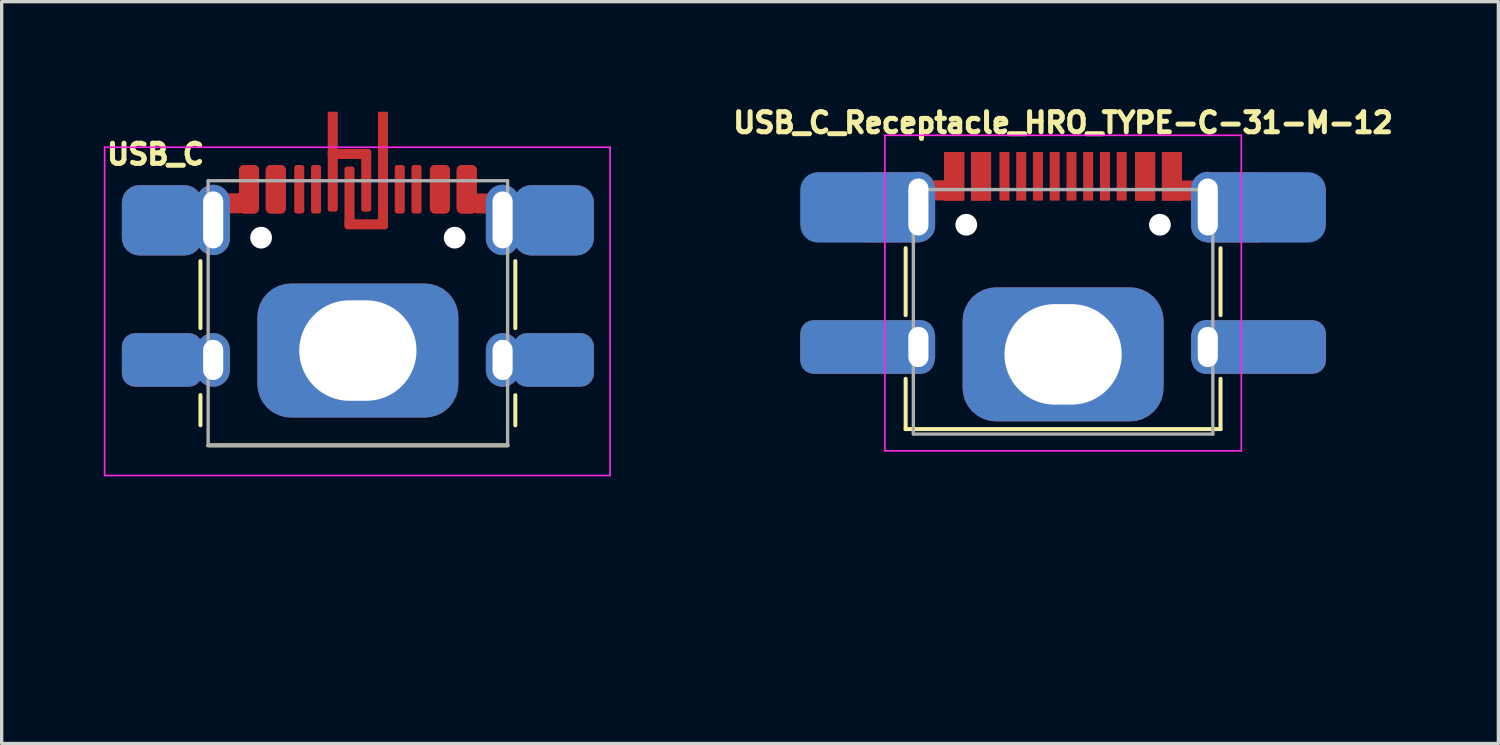
<source format=kicad_pcb>
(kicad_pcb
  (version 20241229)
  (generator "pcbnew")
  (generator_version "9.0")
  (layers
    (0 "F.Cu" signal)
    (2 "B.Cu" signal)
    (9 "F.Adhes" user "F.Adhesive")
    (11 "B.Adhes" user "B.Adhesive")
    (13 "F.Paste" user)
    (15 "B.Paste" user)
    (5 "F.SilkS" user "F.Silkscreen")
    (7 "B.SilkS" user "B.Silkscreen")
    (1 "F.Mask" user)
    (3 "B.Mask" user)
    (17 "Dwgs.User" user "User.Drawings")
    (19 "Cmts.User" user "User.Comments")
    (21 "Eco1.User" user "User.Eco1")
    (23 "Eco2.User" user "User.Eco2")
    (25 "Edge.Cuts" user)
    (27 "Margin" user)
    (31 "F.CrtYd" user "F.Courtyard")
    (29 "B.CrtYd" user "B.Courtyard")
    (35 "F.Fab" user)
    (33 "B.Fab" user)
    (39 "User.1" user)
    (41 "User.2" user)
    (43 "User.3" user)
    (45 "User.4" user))
  (footprint "USB_C"
    (layer "F.Cu")
    (at 7.634 2.6)
    (property "Reference" "USB_C" (at -6.04 -1.044 0) (layer "F.SilkS") (effects (font (size 0.6 0.6) (thickness 0.15))))
    (attr smd)
    (fp_line (start -4.7 2.145) (end -4.7 4.145) (stroke (width 0.12) (type solid)) (layer "F.SilkS"))
    (fp_line (start -4.7 6.146) (end -4.7 7.046) (stroke (width 0.12) (type solid)) (layer "F.SilkS"))
    (fp_line (start -4.47 7.646) (end 4.47 7.646) (stroke (width 0.12) (type solid)) (layer "F.SilkS"))
    (fp_line (start 4.7 2.145) (end 4.7 4.145) (stroke (width 0.12) (type solid)) (layer "F.SilkS"))
    (fp_line (start 4.7 6.146) (end 4.7 7.046) (stroke (width 0.12) (type solid)) (layer "F.SilkS"))
    (fp_line (start -7.56 -1.254) (end -7.56 8.546) (stroke (width 0.05) (type solid)) (layer "F.CrtYd"))
    (fp_line (start -7.56 -1.254) (end 7.53 -1.254) (stroke (width 0.05) (type solid)) (layer "F.CrtYd"))
    (fp_line (start 7.53 -1.254) (end 7.53 8.546) (stroke (width 0.05) (type solid)) (layer "F.CrtYd"))
    (fp_line (start 7.53 8.546) (end -7.56 8.546) (stroke (width 0.05) (type solid)) (layer "F.CrtYd"))
    (fp_line (start -4.47 -0.254) (end -4.47 7.646) (stroke (width 0.1) (type solid)) (layer "F.Fab"))
    (fp_line (start -4.47 -0.254) (end 4.47 -0.254) (stroke (width 0.1) (type solid)) (layer "F.Fab"))
    (fp_line (start -4.47 7.646) (end 4.47 7.646) (stroke (width 0.1) (type solid)) (layer "F.Fab"))
    (fp_line (start 4.47 -0.254) (end 4.47 7.646) (stroke (width 0.1) (type solid)) (layer "F.Fab"))
    (fp_line (start -7.5 7.146) (end -2.5 12.146) (stroke (width 0.12) (type solid)) (layer "User.1"))
    (fp_line (start 0 -2.54) (end 0 11.43) (stroke (width 0.12) (type solid)) (layer "User.1"))
    (fp_line (start 8 7.146) (end -7.5 7.146) (stroke (width 0.12) (type solid)) (layer "User.1"))
    (fp_text user "V 7.2" (at 0 12.7 180) (unlocked yes) (layer "User.1") (effects (font (size 1 1) (thickness 0.15))))
    (fp_text user "Board Edge" (at -4 9.646 315) (unlocked yes) (layer "User.1") (effects (font (size 0.6 0.6) (thickness 0.1))))
    (fp_text user "CL" (at 0 10.16 270) (unlocked yes) (layer "User.1") (effects (font (size 0.6 0.6) (thickness 0.1))))
    (pad "1" thru_hole circle (at -2.89 1.445) (size 0.75 0.75) (drill 0.65) (layers "*.Cu" "*.Mask") (remove_unused_layers yes) (zone_layer_connections))
    (pad "1" smd roundrect (at -2.45 0) (size 0.6 1.45) (layers "F.Cu" "F.Mask" "F.Paste") (roundrect_rratio 0.25))
    (pad "1" smd roundrect (at -2.45 0) (size 0.6 1.45) (layers "F.Cu" "F.Mask" "F.Paste") (roundrect_rratio 0.25))
    (pad "1" smd roundrect (at 2.45 0) (size 0.6 1.45) (layers "F.Cu" "F.Mask" "F.Paste") (roundrect_rratio 0.25))
    (pad "1" smd roundrect (at 2.45 0) (size 0.6 1.45) (layers "F.Cu" "F.Mask" "F.Paste") (roundrect_rratio 0.25))
    (pad "1" thru_hole circle (at 2.89 1.445) (size 0.75 0.75) (drill 0.65) (layers "*.Cu" "*.Mask") (remove_unused_layers yes) (zone_layer_connections))
    (pad "2" smd rect (at -0.75 -1.665) (size 0.3 1.298) (layers "F.Cu"))
    (pad "2" smd roundrect (at -0.75 -0.254) (size 0.3 1.85) (layers "F.Cu" "F.Mask" "F.Paste") (roundrect_rratio 0.25))
    (pad "2" smd roundrect (at -0.25 -1.054 90) (size 0.3 1.29) (layers "F.Cu") (roundrect_rratio 0.25))
    (pad "2" smd roundrect (at 0.25 -0.254) (size 0.3 1.85) (layers "F.Cu" "F.Mask" "F.Paste") (roundrect_rratio 0.25))
    (pad "3" smd roundrect (at -0.25 0.246) (size 0.3 1.85) (layers "F.Cu" "F.Mask" "F.Paste") (roundrect_rratio 0.25))
    (pad "3" smd roundrect (at 0.25 1.046 90) (size 0.3 1.29) (layers "F.Cu") (roundrect_rratio 0.25))
    (pad "3" smd rect (at 0.75 -1.44) (size 0.3 1.748) (layers "F.Cu"))
    (pad "3" smd roundrect (at 0.75 0.246) (size 0.3 1.85) (layers "F.Cu" "F.Mask" "F.Paste") (roundrect_rratio 0.25))
    (pad "4" smd roundrect (at -3.679 0.419) (size 0.6 0.6) (layers "F.Cu" "F.Paste") (roundrect_rratio 0.25))
    (pad "4" smd roundrect (at -3.25 0) (size 0.6 1.45) (layers "F.Cu" "F.Mask" "F.Paste") (roundrect_rratio 0.25))
    (pad "4" smd roundrect (at -3.25 0) (size 0.6 1.45) (layers "F.Cu" "F.Mask" "F.Paste") (roundrect_rratio 0.25))
    (pad "4" smd roundrect (at 3.25 0) (size 0.6 1.45) (layers "F.Cu" "F.Mask" "F.Paste") (roundrect_rratio 0.25))
    (pad "4" smd roundrect (at 3.25 0) (size 0.6 1.45) (layers "F.Cu" "F.Mask" "F.Paste") (roundrect_rratio 0.25))
    (pad "4" smd roundrect (at 3.707 0.425) (size 0.6 0.6) (layers "F.Cu" "F.Paste") (roundrect_rratio 0.25))
    (pad "5" smd roundrect (at -5.847 0.927) (size 2.4 2.1) (layers "F.Cu" "F.Mask" "F.Paste") (roundrect_rratio 0.25))
    (pad "5" smd roundrect (at -5.847 0.927) (size 2.4 2.1) (layers "B.Cu" "B.Mask" "B.Paste") (roundrect_rratio 0.25))
    (pad "5" smd roundrect (at -5.847 5.095) (size 2.4 1.6) (layers "F.Cu" "F.Mask" "F.Paste") (roundrect_rratio 0.25))
    (pad "5" smd roundrect (at -5.847 5.095) (size 2.4 1.6) (layers "B.Cu" "B.Mask" "B.Paste") (roundrect_rratio 0.25))
    (pad "5" thru_hole oval (at -4.32 0.915) (size 1 2.1) (drill oval 0.6 1.7) (layers "*.Cu" "*.Mask"))
    (pad "5" thru_hole oval (at -4.32 5.095) (size 1 1.6) (drill oval 0.6 1.2) (layers "*.Cu" "*.Mask"))
    (pad "5" thru_hole roundrect (at 0 4.815 180) (size 6 4) (drill oval 3.5 3) (layers "*.Cu" "*.Mask") (roundrect_rratio 0.25))
    (pad "5" thru_hole oval (at 4.32 0.915) (size 1 2.1) (drill oval 0.6 1.7) (layers "*.Cu" "*.Mask"))
    (pad "5" thru_hole oval (at 4.32 5.095) (size 1 1.6) (drill oval 0.6 1.2) (layers "*.Cu" "*.Mask"))
    (pad "5" smd roundrect (at 5.847 0.927) (size 2.4 2.1) (layers "F.Cu" "F.Mask" "F.Paste") (roundrect_rratio 0.25))
    (pad "5" smd roundrect (at 5.847 0.927) (size 2.4 2.1) (layers "B.Cu" "B.Mask" "B.Paste") (roundrect_rratio 0.25))
    (pad "5" smd roundrect (at 5.847 5.095) (size 2.4 1.6) (layers "F.Cu" "F.Mask" "F.Paste") (roundrect_rratio 0.25))
    (pad "5" smd roundrect (at 5.847 5.095) (size 2.4 1.6) (layers "B.Cu" "B.Mask" "B.Paste") (roundrect_rratio 0.25))
    (pad "A5" smd roundrect (at -1.25 0) (size 0.3 1.45) (layers "F.Cu" "F.Mask" "F.Paste") (roundrect_rratio 0.25))
    (pad "A8" smd roundrect (at 1.25 0) (size 0.3 1.45) (layers "F.Cu" "F.Mask" "F.Paste") (roundrect_rratio 0.25))
    (pad "B5" smd roundrect (at 1.75 0) (size 0.3 1.45) (layers "F.Cu" "F.Mask" "F.Paste") (roundrect_rratio 0.25))
    (pad "B8" smd roundrect (at -1.75 0) (size 0.3 1.45) (layers "F.Cu" "F.Mask" "F.Paste") (roundrect_rratio 0.25)))
  (footprint "USB_C_Receptacle_HRO_TYPE-C-31-M-12"
    (layer "F.Cu")
    (at 28.687 6.259)
    (property "Reference" "USB_C_Receptacle_HRO_TYPE-C-31-M-12" (at 0 -5.645 0) (layer "F.SilkS") (effects (font (size 0.6 0.6) (thickness 0.15))))
    (attr smd)
    (fp_line (start -4.7 -1.9) (end -4.7 0.1) (stroke (width 0.12) (type solid)) (layer "F.SilkS"))
    (fp_line (start -4.7 2) (end -4.7 3.5) (stroke (width 0.12) (type solid)) (layer "F.SilkS"))
    (fp_line (start -4.7 3.5) (end 4.7 3.5) (stroke (width 0.12) (type solid)) (layer "F.SilkS"))
    (fp_line (start 4.7 -1.9) (end 4.7 0.1) (stroke (width 0.12) (type solid)) (layer "F.SilkS"))
    (fp_line (start 4.7 2) (end 4.7 3.5) (stroke (width 0.12) (type solid)) (layer "F.SilkS"))
    (fp_line (start -5.32 -5.27) (end -5.32 4.15) (stroke (width 0.05) (type solid)) (layer "F.CrtYd"))
    (fp_line (start -5.32 -5.27) (end 5.32 -5.27) (stroke (width 0.05) (type solid)) (layer "F.CrtYd"))
    (fp_line (start -5.32 4.15) (end 5.32 4.15) (stroke (width 0.05) (type solid)) (layer "F.CrtYd"))
    (fp_line (start 5.32 -5.27) (end 5.32 4.15) (stroke (width 0.05) (type solid)) (layer "F.CrtYd"))
    (fp_line (start -4.47 -3.65) (end -4.47 3.65) (stroke (width 0.1) (type solid)) (layer "F.Fab"))
    (fp_line (start -4.47 -3.65) (end 4.47 -3.65) (stroke (width 0.1) (type solid)) (layer "F.Fab"))
    (fp_line (start -4.47 3.65) (end 4.47 3.65) (stroke (width 0.1) (type solid)) (layer "F.Fab"))
    (fp_line (start 4.47 -3.65) (end 4.47 3.65) (stroke (width 0.1) (type solid)) (layer "F.Fab"))
    (pad "A1" smd rect (at -3.25 -4.045) (size 0.6 1.45) (layers "F.Cu" "F.Mask" "F.Paste"))
    (pad "A4" smd rect (at -2.45 -4.045) (size 0.6 1.45) (layers "F.Cu" "F.Mask" "F.Paste"))
    (pad "A5" smd rect (at -1.25 -4.045) (size 0.3 1.45) (layers "F.Cu" "F.Mask" "F.Paste"))
    (pad "A6" smd rect (at -0.25 -4.045) (size 0.3 1.45) (layers "F.Cu" "F.Mask" "F.Paste"))
    (pad "A7" smd rect (at 0.25 -4.045) (size 0.3 1.45) (layers "F.Cu" "F.Mask" "F.Paste"))
    (pad "A8" smd rect (at 1.25 -4.045) (size 0.3 1.45) (layers "F.Cu" "F.Mask" "F.Paste"))
    (pad "A9" smd rect (at 2.45 -4.045) (size 0.6 1.45) (layers "F.Cu" "F.Mask" "F.Paste"))
    (pad "A9" thru_hole circle (at 2.89 -2.6) (size 0.75 0.75) (drill 0.65) (layers "*.Cu" "*.Mask") (remove_unused_layers yes) (zone_layer_connections))
    (pad "A12" smd rect (at 3.25 -4.045) (size 0.6 1.45) (layers "F.Cu" "F.Mask" "F.Paste"))
    (pad "B1" smd rect (at 3.25 -4.045) (size 0.6 1.45) (layers "F.Cu" "F.Mask" "F.Paste"))
    (pad "B4" smd rect (at 2.45 -4.045) (size 0.6 1.45) (layers "F.Cu" "F.Mask" "F.Paste"))
    (pad "B5" smd rect (at 1.75 -4.045) (size 0.3 1.45) (layers "F.Cu" "F.Mask" "F.Paste"))
    (pad "B6" smd rect (at 0.75 -4.045) (size 0.3 1.45) (layers "F.Cu" "F.Mask" "F.Paste"))
    (pad "B7" smd rect (at -0.75 -4.045) (size 0.3 1.45) (layers "F.Cu" "F.Mask" "F.Paste"))
    (pad "B8" smd rect (at -1.75 -4.045) (size 0.3 1.45) (layers "F.Cu" "F.Mask" "F.Paste"))
    (pad "B9" thru_hole circle (at -2.89 -2.6) (size 0.75 0.75) (drill 0.65) (layers "*.Cu" "*.Mask") (remove_unused_layers yes) (zone_layer_connections))
    (pad "B9" smd rect (at -2.45 -4.045) (size 0.6 1.45) (layers "F.Cu" "F.Mask" "F.Paste"))
    (pad "B12" smd rect (at -3.25 -4.045) (size 0.6 1.45) (layers "F.Cu" "F.Mask" "F.Paste"))
    (pad "S1" smd roundrect (at -5.847 -3.118) (size 4 2.1) (layers "B.Cu" "B.Mask" "B.Paste") (roundrect_rratio 0.25))
    (pad "S1" smd roundrect (at -5.847 1.05) (size 4 1.6) (layers "F.Cu" "F.Mask" "F.Paste") (roundrect_rratio 0.25))
    (pad "S1" smd roundrect (at -5.847 1.05) (size 4 1.6) (layers "B.Cu" "B.Mask" "B.Paste") (roundrect_rratio 0.25))
    (pad "S1" smd roundrect (at -5.097 -3.118) (size 2.5 2.1) (layers "F.Cu" "F.Mask" "F.Paste") (roundrect_rratio 0.25))
    (pad "S1" thru_hole oval (at -4.32 -3.13) (size 1 2.1) (drill oval 0.6 1.7) (layers "*.Cu" "*.Mask"))
    (pad "S1" thru_hole oval (at -4.32 1.05) (size 1 1.6) (drill oval 0.6 1.2) (layers "*.Cu" "*.Mask"))
    (pad "S1" smd roundrect (at -3.679 -3.626) (size 0.6 0.6) (layers "F.Cu" "F.Mask" "F.Paste") (roundrect_rratio 0.25))
    (pad "S1" thru_hole roundrect (at 0 1.27 180) (size 6 4) (drill oval 3.5 3) (layers "*.Cu" "*.Mask") (roundrect_rratio 0.25))
    (pad "S1" smd roundrect (at 3.707 -3.62) (size 0.6 0.6) (layers "F.Cu" "F.Mask" "F.Paste") (roundrect_rratio 0.25))
    (pad "S1" thru_hole oval (at 4.32 -3.13) (size 1 2.1) (drill oval 0.6 1.7) (layers "*.Cu" "*.Mask"))
    (pad "S1" thru_hole oval (at 4.32 1.05) (size 1 1.6) (drill oval 0.6 1.2) (layers "*.Cu" "*.Mask"))
    (pad "S1" smd roundrect (at 5.097 -3.118) (size 2.5 2.1) (layers "F.Cu" "F.Mask" "F.Paste") (roundrect_rratio 0.25))
    (pad "S1" smd roundrect (at 5.847 -3.118) (size 4 2.1) (layers "B.Cu" "B.Mask" "B.Paste") (roundrect_rratio 0.25))
    (pad "S1" smd roundrect (at 5.847 1.05) (size 4 1.6) (layers "F.Cu" "F.Mask" "F.Paste") (roundrect_rratio 0.25))
    (pad "S1" smd roundrect (at 5.847 1.05) (size 4 1.6) (layers "B.Cu" "B.Mask" "B.Paste") (roundrect_rratio 0.25)))
  (gr_rect
    (start -3 -3)
    (end 41.681 19.148)
    (stroke (width 0.1) (type default))
    (fill no)
    (layer "Edge.Cuts")))
</source>
